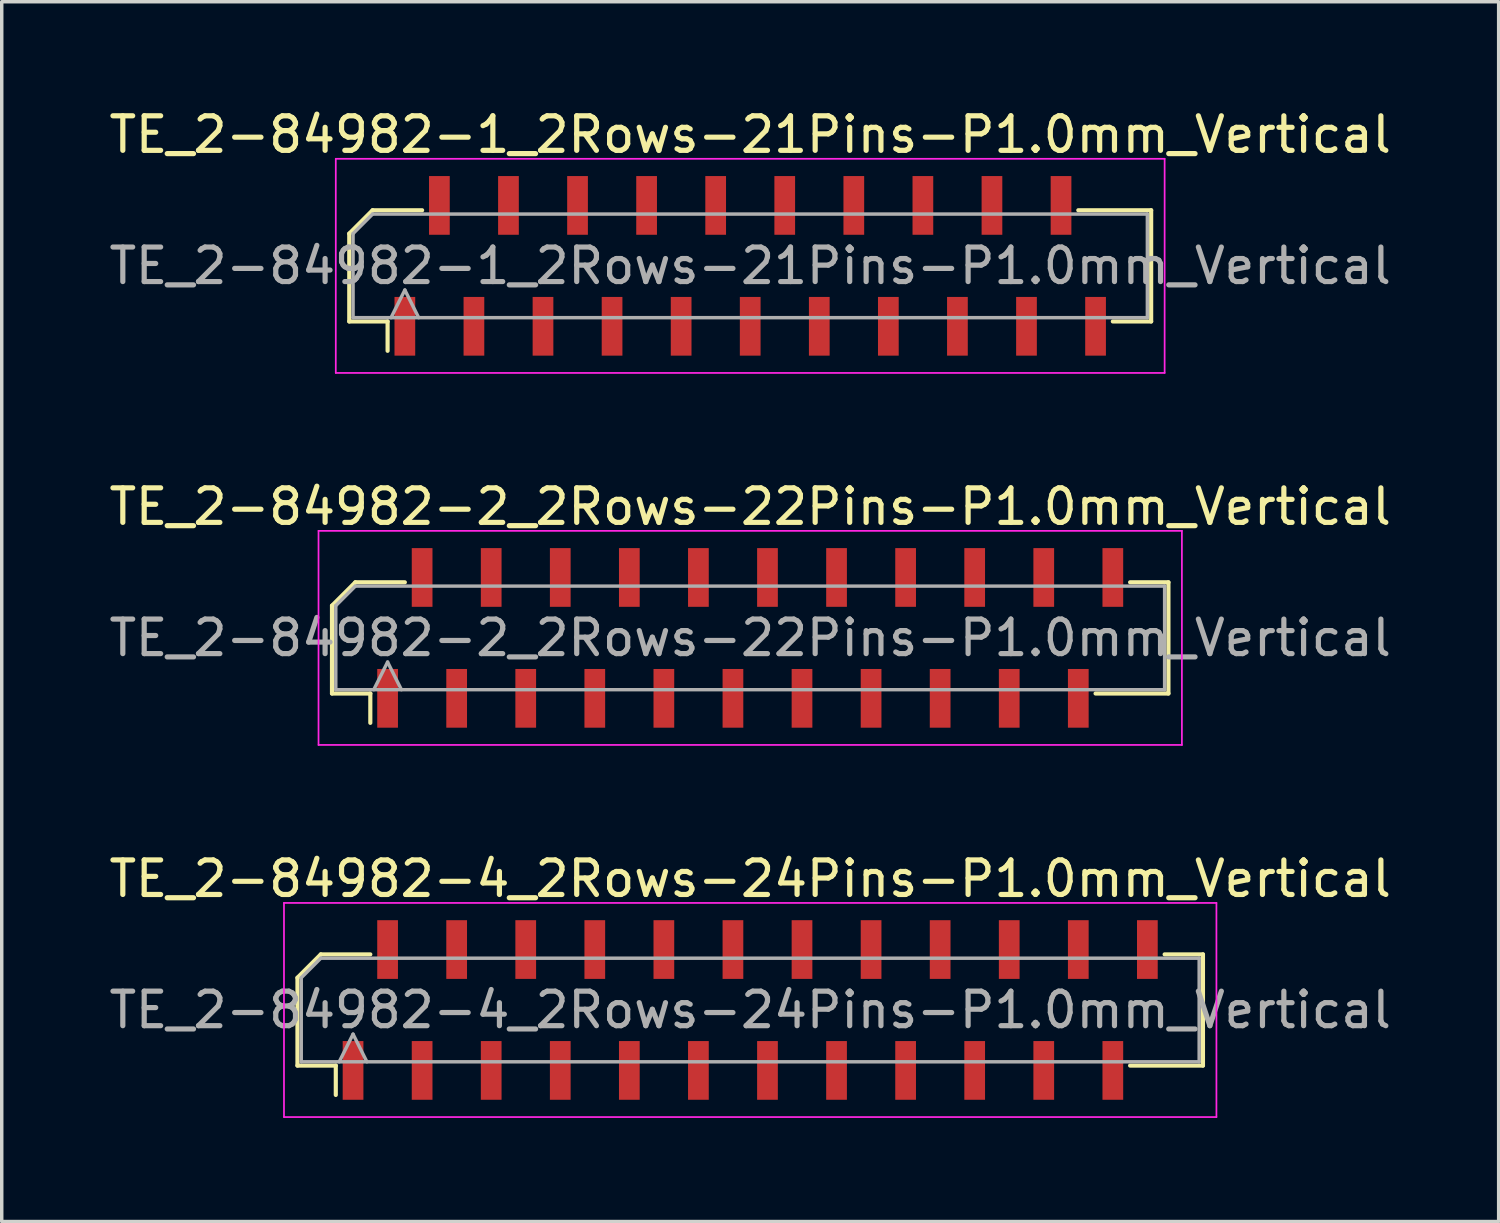
<source format=kicad_pcb>
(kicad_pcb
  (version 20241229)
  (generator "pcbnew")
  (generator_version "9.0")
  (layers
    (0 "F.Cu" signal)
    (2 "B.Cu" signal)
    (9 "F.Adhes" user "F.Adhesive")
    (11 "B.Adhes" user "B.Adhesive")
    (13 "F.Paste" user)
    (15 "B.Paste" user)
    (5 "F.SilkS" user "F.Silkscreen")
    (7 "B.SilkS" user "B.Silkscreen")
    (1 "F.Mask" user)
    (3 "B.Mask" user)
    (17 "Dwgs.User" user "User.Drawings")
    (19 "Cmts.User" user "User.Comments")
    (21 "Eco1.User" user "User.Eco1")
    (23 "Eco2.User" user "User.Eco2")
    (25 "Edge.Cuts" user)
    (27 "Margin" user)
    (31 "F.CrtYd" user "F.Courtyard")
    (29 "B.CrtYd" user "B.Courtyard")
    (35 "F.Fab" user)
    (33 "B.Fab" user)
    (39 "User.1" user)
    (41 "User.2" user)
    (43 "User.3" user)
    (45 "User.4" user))
  (footprint "TE_2-84982-1_2Rows-21Pins-P1.0mm_Vertical"
    (layer "F.Cu")
    (at 18.673 4.648)
    (property "Reference" "TE_2-84982-1_2Rows-21Pins-P1.0mm_Vertical" (at 0 -3.8 0) (layer "F.SilkS") (effects (font (size 1 1) (thickness 0.15))))
    (attr smd)
    (fp_line (start -11.61 -0.934) (end -11.61 1.61) (stroke (width 0.12) (type solid)) (layer "F.SilkS"))
    (fp_line (start -11.61 1.61) (end -10.5 1.61) (stroke (width 0.12) (type solid)) (layer "F.SilkS"))
    (fp_line (start -10.934 -1.61) (end -11.61 -0.934) (stroke (width 0.12) (type solid)) (layer "F.SilkS"))
    (fp_line (start -10.5 1.61) (end -10.5 2.46) (stroke (width 0.12) (type solid)) (layer "F.SilkS"))
    (fp_line (start -9.5 -1.61) (end -10.934 -1.61) (stroke (width 0.12) (type solid)) (layer "F.SilkS"))
    (fp_line (start 10.5 1.61) (end 11.61 1.61) (stroke (width 0.12) (type solid)) (layer "F.SilkS"))
    (fp_line (start 11.61 -1.61) (end 9.5 -1.61) (stroke (width 0.12) (type solid)) (layer "F.SilkS"))
    (fp_line (start 11.61 1.61) (end 11.61 -1.61) (stroke (width 0.12) (type solid)) (layer "F.SilkS"))
    (fp_line (start -12 -3.1) (end 12 -3.1) (stroke (width 0.05) (type solid)) (layer "F.CrtYd"))
    (fp_line (start -12 3.1) (end -12 -3.1) (stroke (width 0.05) (type solid)) (layer "F.CrtYd"))
    (fp_line (start 12 -3.1) (end 12 3.1) (stroke (width 0.05) (type solid)) (layer "F.CrtYd"))
    (fp_line (start 12 3.1) (end -12 3.1) (stroke (width 0.05) (type solid)) (layer "F.CrtYd"))
    (fp_line (start -11.5 -0.934) (end -11.5 1.5) (stroke (width 0.1) (type solid)) (layer "F.Fab"))
    (fp_line (start -11.5 1.5) (end 11.5 1.5) (stroke (width 0.1) (type solid)) (layer "F.Fab"))
    (fp_line (start -10.934 -1.5) (end -11.5 -0.934) (stroke (width 0.1) (type solid)) (layer "F.Fab"))
    (fp_line (start -10.4 1.5) (end -10 0.7) (stroke (width 0.1) (type solid)) (layer "F.Fab"))
    (fp_line (start -10 0.7) (end -9.6 1.5) (stroke (width 0.1) (type solid)) (layer "F.Fab"))
    (fp_line (start 11.5 -1.5) (end -10.934 -1.5) (stroke (width 0.1) (type solid)) (layer "F.Fab"))
    (fp_line (start 11.5 1.5) (end 11.5 -1.5) (stroke (width 0.1) (type solid)) (layer "F.Fab"))
    (fp_text user "${REFERENCE}" (at 0 0 0) (layer "F.Fab") (effects (font (size 1 1) (thickness 0.15))))
    (pad "1" smd rect (at -10 1.75) (size 0.6 1.7) (layers "F.Cu" "F.Mask" "F.Paste"))
    (pad "2" smd rect (at -9 -1.75) (size 0.6 1.7) (layers "F.Cu" "F.Mask" "F.Paste"))
    (pad "3" smd rect (at -8 1.75) (size 0.6 1.7) (layers "F.Cu" "F.Mask" "F.Paste"))
    (pad "4" smd rect (at -7 -1.75) (size 0.6 1.7) (layers "F.Cu" "F.Mask" "F.Paste"))
    (pad "5" smd rect (at -6 1.75) (size 0.6 1.7) (layers "F.Cu" "F.Mask" "F.Paste"))
    (pad "6" smd rect (at -5 -1.75) (size 0.6 1.7) (layers "F.Cu" "F.Mask" "F.Paste"))
    (pad "7" smd rect (at -4 1.75) (size 0.6 1.7) (layers "F.Cu" "F.Mask" "F.Paste"))
    (pad "8" smd rect (at -3 -1.75) (size 0.6 1.7) (layers "F.Cu" "F.Mask" "F.Paste"))
    (pad "9" smd rect (at -2 1.75) (size 0.6 1.7) (layers "F.Cu" "F.Mask" "F.Paste"))
    (pad "10" smd rect (at -1 -1.75) (size 0.6 1.7) (layers "F.Cu" "F.Mask" "F.Paste"))
    (pad "11" smd rect (at 0 1.75) (size 0.6 1.7) (layers "F.Cu" "F.Mask" "F.Paste"))
    (pad "12" smd rect (at 1 -1.75) (size 0.6 1.7) (layers "F.Cu" "F.Mask" "F.Paste"))
    (pad "13" smd rect (at 2 1.75) (size 0.6 1.7) (layers "F.Cu" "F.Mask" "F.Paste"))
    (pad "14" smd rect (at 3 -1.75) (size 0.6 1.7) (layers "F.Cu" "F.Mask" "F.Paste"))
    (pad "15" smd rect (at 4 1.75) (size 0.6 1.7) (layers "F.Cu" "F.Mask" "F.Paste"))
    (pad "16" smd rect (at 5 -1.75) (size 0.6 1.7) (layers "F.Cu" "F.Mask" "F.Paste"))
    (pad "17" smd rect (at 6 1.75) (size 0.6 1.7) (layers "F.Cu" "F.Mask" "F.Paste"))
    (pad "18" smd rect (at 7 -1.75) (size 0.6 1.7) (layers "F.Cu" "F.Mask" "F.Paste"))
    (pad "19" smd rect (at 8 1.75) (size 0.6 1.7) (layers "F.Cu" "F.Mask" "F.Paste"))
    (pad "20" smd rect (at 9 -1.75) (size 0.6 1.7) (layers "F.Cu" "F.Mask" "F.Paste"))
    (pad "21" smd rect (at 10 1.75) (size 0.6 1.7) (layers "F.Cu" "F.Mask" "F.Paste")))
  (footprint "TE_2-84982-2_2Rows-22Pins-P1.0mm_Vertical"
    (layer "F.Cu")
    (at 18.673 15.421)
    (property "Reference" "TE_2-84982-2_2Rows-22Pins-P1.0mm_Vertical" (at 0 -3.8 0) (layer "F.SilkS") (effects (font (size 1 1) (thickness 0.15))))
    (attr smd)
    (fp_line (start -12.11 -0.934) (end -12.11 1.61) (stroke (width 0.12) (type solid)) (layer "F.SilkS"))
    (fp_line (start -12.11 1.61) (end -11 1.61) (stroke (width 0.12) (type solid)) (layer "F.SilkS"))
    (fp_line (start -11.434 -1.61) (end -12.11 -0.934) (stroke (width 0.12) (type solid)) (layer "F.SilkS"))
    (fp_line (start -11 1.61) (end -11 2.46) (stroke (width 0.12) (type solid)) (layer "F.SilkS"))
    (fp_line (start -10 -1.61) (end -11.434 -1.61) (stroke (width 0.12) (type solid)) (layer "F.SilkS"))
    (fp_line (start 10 1.61) (end 12.11 1.61) (stroke (width 0.12) (type solid)) (layer "F.SilkS"))
    (fp_line (start 12.11 -1.61) (end 11 -1.61) (stroke (width 0.12) (type solid)) (layer "F.SilkS"))
    (fp_line (start 12.11 1.61) (end 12.11 -1.61) (stroke (width 0.12) (type solid)) (layer "F.SilkS"))
    (fp_line (start -12.5 -3.1) (end 12.5 -3.1) (stroke (width 0.05) (type solid)) (layer "F.CrtYd"))
    (fp_line (start -12.5 3.1) (end -12.5 -3.1) (stroke (width 0.05) (type solid)) (layer "F.CrtYd"))
    (fp_line (start 12.5 -3.1) (end 12.5 3.1) (stroke (width 0.05) (type solid)) (layer "F.CrtYd"))
    (fp_line (start 12.5 3.1) (end -12.5 3.1) (stroke (width 0.05) (type solid)) (layer "F.CrtYd"))
    (fp_line (start -12 -0.934) (end -12 1.5) (stroke (width 0.1) (type solid)) (layer "F.Fab"))
    (fp_line (start -12 1.5) (end 12 1.5) (stroke (width 0.1) (type solid)) (layer "F.Fab"))
    (fp_line (start -11.434 -1.5) (end -12 -0.934) (stroke (width 0.1) (type solid)) (layer "F.Fab"))
    (fp_line (start -10.9 1.5) (end -10.5 0.7) (stroke (width 0.1) (type solid)) (layer "F.Fab"))
    (fp_line (start -10.5 0.7) (end -10.1 1.5) (stroke (width 0.1) (type solid)) (layer "F.Fab"))
    (fp_line (start 12 -1.5) (end -11.434 -1.5) (stroke (width 0.1) (type solid)) (layer "F.Fab"))
    (fp_line (start 12 1.5) (end 12 -1.5) (stroke (width 0.1) (type solid)) (layer "F.Fab"))
    (fp_text user "${REFERENCE}" (at 0 0 0) (layer "F.Fab") (effects (font (size 1 1) (thickness 0.15))))
    (pad "1" smd rect (at -10.5 1.75) (size 0.6 1.7) (layers "F.Cu" "F.Mask" "F.Paste"))
    (pad "2" smd rect (at -9.5 -1.75) (size 0.6 1.7) (layers "F.Cu" "F.Mask" "F.Paste"))
    (pad "3" smd rect (at -8.5 1.75) (size 0.6 1.7) (layers "F.Cu" "F.Mask" "F.Paste"))
    (pad "4" smd rect (at -7.5 -1.75) (size 0.6 1.7) (layers "F.Cu" "F.Mask" "F.Paste"))
    (pad "5" smd rect (at -6.5 1.75) (size 0.6 1.7) (layers "F.Cu" "F.Mask" "F.Paste"))
    (pad "6" smd rect (at -5.5 -1.75) (size 0.6 1.7) (layers "F.Cu" "F.Mask" "F.Paste"))
    (pad "7" smd rect (at -4.5 1.75) (size 0.6 1.7) (layers "F.Cu" "F.Mask" "F.Paste"))
    (pad "8" smd rect (at -3.5 -1.75) (size 0.6 1.7) (layers "F.Cu" "F.Mask" "F.Paste"))
    (pad "9" smd rect (at -2.5 1.75) (size 0.6 1.7) (layers "F.Cu" "F.Mask" "F.Paste"))
    (pad "10" smd rect (at -1.5 -1.75) (size 0.6 1.7) (layers "F.Cu" "F.Mask" "F.Paste"))
    (pad "11" smd rect (at -0.5 1.75) (size 0.6 1.7) (layers "F.Cu" "F.Mask" "F.Paste"))
    (pad "12" smd rect (at 0.5 -1.75) (size 0.6 1.7) (layers "F.Cu" "F.Mask" "F.Paste"))
    (pad "13" smd rect (at 1.5 1.75) (size 0.6 1.7) (layers "F.Cu" "F.Mask" "F.Paste"))
    (pad "14" smd rect (at 2.5 -1.75) (size 0.6 1.7) (layers "F.Cu" "F.Mask" "F.Paste"))
    (pad "15" smd rect (at 3.5 1.75) (size 0.6 1.7) (layers "F.Cu" "F.Mask" "F.Paste"))
    (pad "16" smd rect (at 4.5 -1.75) (size 0.6 1.7) (layers "F.Cu" "F.Mask" "F.Paste"))
    (pad "17" smd rect (at 5.5 1.75) (size 0.6 1.7) (layers "F.Cu" "F.Mask" "F.Paste"))
    (pad "18" smd rect (at 6.5 -1.75) (size 0.6 1.7) (layers "F.Cu" "F.Mask" "F.Paste"))
    (pad "19" smd rect (at 7.5 1.75) (size 0.6 1.7) (layers "F.Cu" "F.Mask" "F.Paste"))
    (pad "20" smd rect (at 8.5 -1.75) (size 0.6 1.7) (layers "F.Cu" "F.Mask" "F.Paste"))
    (pad "21" smd rect (at 9.5 1.75) (size 0.6 1.7) (layers "F.Cu" "F.Mask" "F.Paste"))
    (pad "22" smd rect (at 10.5 -1.75) (size 0.6 1.7) (layers "F.Cu" "F.Mask" "F.Paste")))
  (footprint "TE_2-84982-4_2Rows-24Pins-P1.0mm_Vertical"
    (layer "F.Cu")
    (at 18.673 26.195)
    (property "Reference" "TE_2-84982-4_2Rows-24Pins-P1.0mm_Vertical" (at 0 -3.8 0) (layer "F.SilkS") (effects (font (size 1 1) (thickness 0.15))))
    (attr smd)
    (fp_line (start -13.11 -0.934) (end -13.11 1.61) (stroke (width 0.12) (type solid)) (layer "F.SilkS"))
    (fp_line (start -13.11 1.61) (end -12 1.61) (stroke (width 0.12) (type solid)) (layer "F.SilkS"))
    (fp_line (start -12.434 -1.61) (end -13.11 -0.934) (stroke (width 0.12) (type solid)) (layer "F.SilkS"))
    (fp_line (start -12 1.61) (end -12 2.46) (stroke (width 0.12) (type solid)) (layer "F.SilkS"))
    (fp_line (start -11 -1.61) (end -12.434 -1.61) (stroke (width 0.12) (type solid)) (layer "F.SilkS"))
    (fp_line (start 11 1.61) (end 13.11 1.61) (stroke (width 0.12) (type solid)) (layer "F.SilkS"))
    (fp_line (start 13.11 -1.61) (end 12 -1.61) (stroke (width 0.12) (type solid)) (layer "F.SilkS"))
    (fp_line (start 13.11 1.61) (end 13.11 -1.61) (stroke (width 0.12) (type solid)) (layer "F.SilkS"))
    (fp_line (start -13.5 -3.1) (end 13.5 -3.1) (stroke (width 0.05) (type solid)) (layer "F.CrtYd"))
    (fp_line (start -13.5 3.1) (end -13.5 -3.1) (stroke (width 0.05) (type solid)) (layer "F.CrtYd"))
    (fp_line (start 13.5 -3.1) (end 13.5 3.1) (stroke (width 0.05) (type solid)) (layer "F.CrtYd"))
    (fp_line (start 13.5 3.1) (end -13.5 3.1) (stroke (width 0.05) (type solid)) (layer "F.CrtYd"))
    (fp_line (start -13 -0.934) (end -13 1.5) (stroke (width 0.1) (type solid)) (layer "F.Fab"))
    (fp_line (start -13 1.5) (end 13 1.5) (stroke (width 0.1) (type solid)) (layer "F.Fab"))
    (fp_line (start -12.434 -1.5) (end -13 -0.934) (stroke (width 0.1) (type solid)) (layer "F.Fab"))
    (fp_line (start -11.9 1.5) (end -11.5 0.7) (stroke (width 0.1) (type solid)) (layer "F.Fab"))
    (fp_line (start -11.5 0.7) (end -11.1 1.5) (stroke (width 0.1) (type solid)) (layer "F.Fab"))
    (fp_line (start 13 -1.5) (end -12.434 -1.5) (stroke (width 0.1) (type solid)) (layer "F.Fab"))
    (fp_line (start 13 1.5) (end 13 -1.5) (stroke (width 0.1) (type solid)) (layer "F.Fab"))
    (fp_text user "${REFERENCE}" (at 0 0 0) (layer "F.Fab") (effects (font (size 1 1) (thickness 0.15))))
    (pad "1" smd rect (at -11.5 1.75) (size 0.6 1.7) (layers "F.Cu" "F.Mask" "F.Paste"))
    (pad "2" smd rect (at -10.5 -1.75) (size 0.6 1.7) (layers "F.Cu" "F.Mask" "F.Paste"))
    (pad "3" smd rect (at -9.5 1.75) (size 0.6 1.7) (layers "F.Cu" "F.Mask" "F.Paste"))
    (pad "4" smd rect (at -8.5 -1.75) (size 0.6 1.7) (layers "F.Cu" "F.Mask" "F.Paste"))
    (pad "5" smd rect (at -7.5 1.75) (size 0.6 1.7) (layers "F.Cu" "F.Mask" "F.Paste"))
    (pad "6" smd rect (at -6.5 -1.75) (size 0.6 1.7) (layers "F.Cu" "F.Mask" "F.Paste"))
    (pad "7" smd rect (at -5.5 1.75) (size 0.6 1.7) (layers "F.Cu" "F.Mask" "F.Paste"))
    (pad "8" smd rect (at -4.5 -1.75) (size 0.6 1.7) (layers "F.Cu" "F.Mask" "F.Paste"))
    (pad "9" smd rect (at -3.5 1.75) (size 0.6 1.7) (layers "F.Cu" "F.Mask" "F.Paste"))
    (pad "10" smd rect (at -2.5 -1.75) (size 0.6 1.7) (layers "F.Cu" "F.Mask" "F.Paste"))
    (pad "11" smd rect (at -1.5 1.75) (size 0.6 1.7) (layers "F.Cu" "F.Mask" "F.Paste"))
    (pad "12" smd rect (at -0.5 -1.75) (size 0.6 1.7) (layers "F.Cu" "F.Mask" "F.Paste"))
    (pad "13" smd rect (at 0.5 1.75) (size 0.6 1.7) (layers "F.Cu" "F.Mask" "F.Paste"))
    (pad "14" smd rect (at 1.5 -1.75) (size 0.6 1.7) (layers "F.Cu" "F.Mask" "F.Paste"))
    (pad "15" smd rect (at 2.5 1.75) (size 0.6 1.7) (layers "F.Cu" "F.Mask" "F.Paste"))
    (pad "16" smd rect (at 3.5 -1.75) (size 0.6 1.7) (layers "F.Cu" "F.Mask" "F.Paste"))
    (pad "17" smd rect (at 4.5 1.75) (size 0.6 1.7) (layers "F.Cu" "F.Mask" "F.Paste"))
    (pad "18" smd rect (at 5.5 -1.75) (size 0.6 1.7) (layers "F.Cu" "F.Mask" "F.Paste"))
    (pad "19" smd rect (at 6.5 1.75) (size 0.6 1.7) (layers "F.Cu" "F.Mask" "F.Paste"))
    (pad "20" smd rect (at 7.5 -1.75) (size 0.6 1.7) (layers "F.Cu" "F.Mask" "F.Paste"))
    (pad "21" smd rect (at 8.5 1.75) (size 0.6 1.7) (layers "F.Cu" "F.Mask" "F.Paste"))
    (pad "22" smd rect (at 9.5 -1.75) (size 0.6 1.7) (layers "F.Cu" "F.Mask" "F.Paste"))
    (pad "23" smd rect (at 10.5 1.75) (size 0.6 1.7) (layers "F.Cu" "F.Mask" "F.Paste"))
    (pad "24" smd rect (at 11.5 -1.75) (size 0.6 1.7) (layers "F.Cu" "F.Mask" "F.Paste")))
  (gr_rect
    (start -3 -3)
    (end 40.345 32.32)
    (stroke (width 0.1) (type default))
    (fill no)
    (layer "Edge.Cuts")))
</source>
